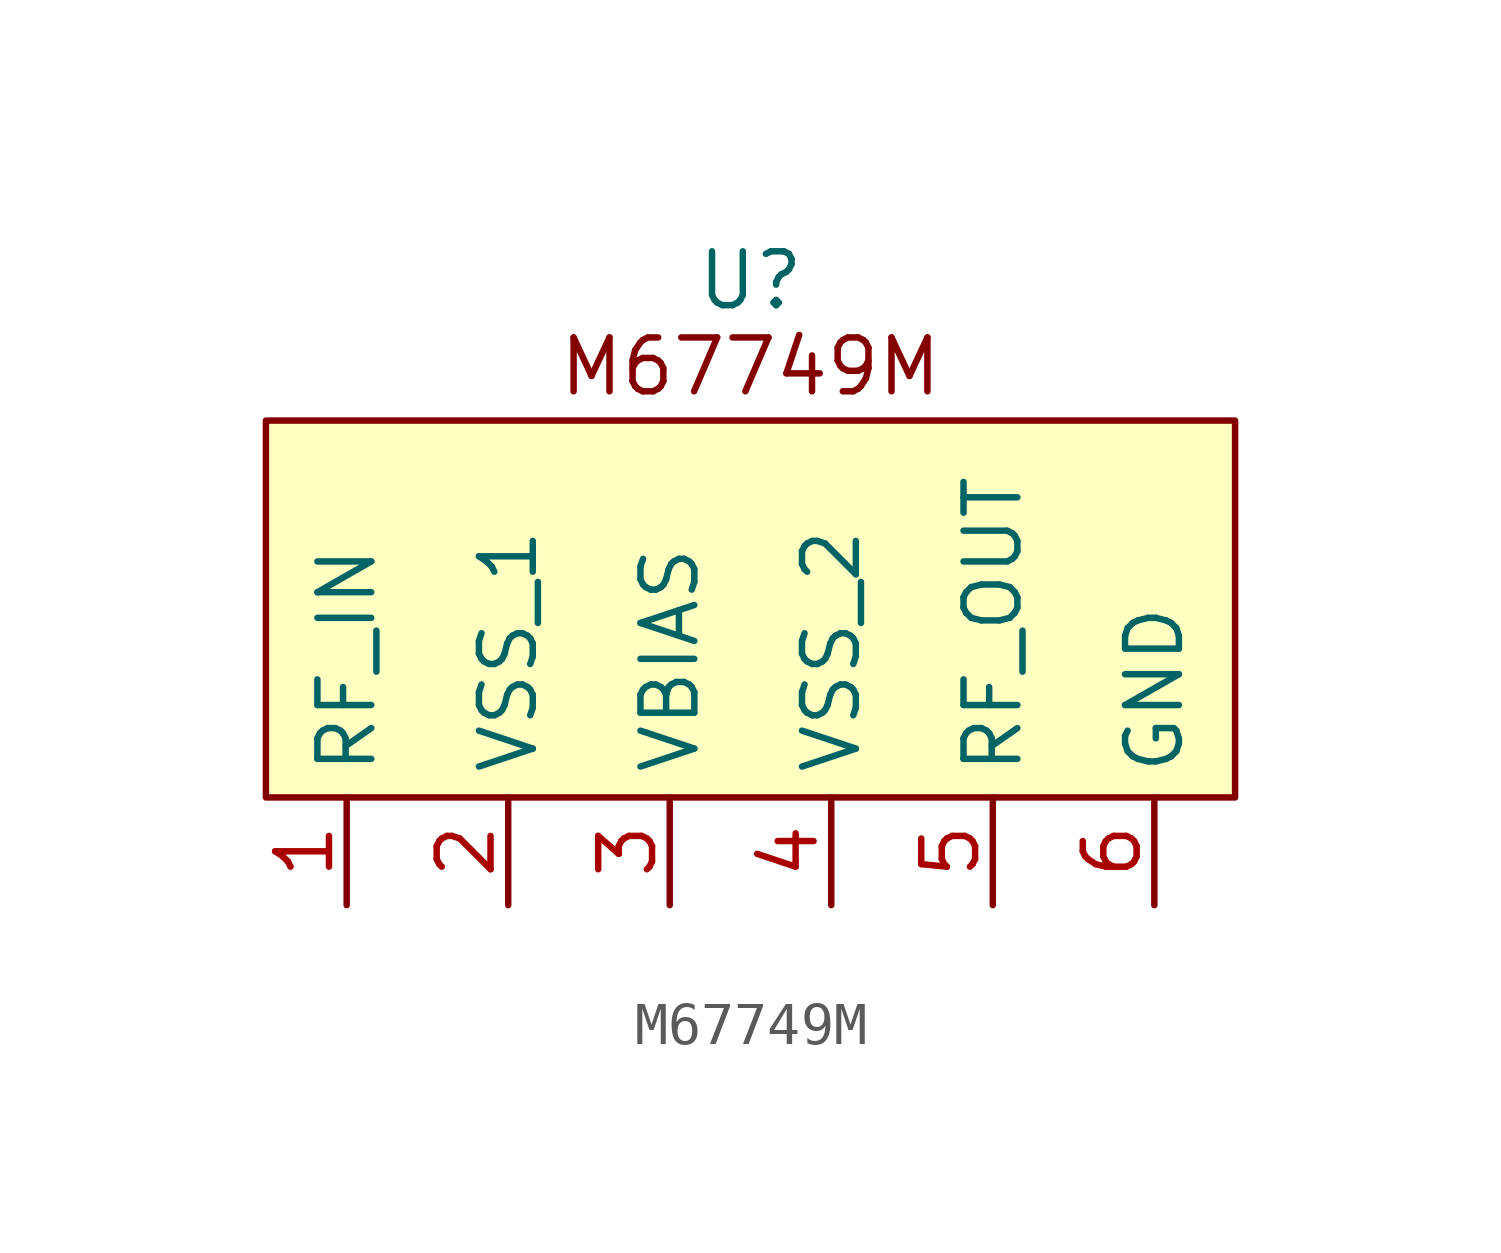
<source format=kicad_sym>
(kicad_symbol_lib
  (version 20231120)
  (generator "kicad_symbol_editor")
  (generator_version "8.0")
  (symbol "M67749M"
    (property "Reference" "U"
      (at 0.635 8.382 0)
      (effects (font (size 1.27 1.27))))
    (property "Value" ""
      (at 10.795 2.54 0)
      (effects (font (size 1.27 1.27))))
    (symbol "M67749M_1_1"
      (rectangle (start -10.795 5.08) (end 12.065 -3.81) (stroke (width 0) (type default)) (fill (type background)))
      (text "M67749M" (at 0.635 6.35 0) (effects (font (size 1.27 1.27))))
      (pin input line (at -8.89 -6.35 90) (length 2.54) (name "RF_IN" (effects (font (size 1.27 1.27)))) (number "1" (effects (font (size 1.27 1.27)))))
      (pin power_in line (at -5.08 -6.35 90) (length 2.54) (name "VSS_1" (effects (font (size 1.27 1.27)))) (number "2" (effects (font (size 1.27 1.27)))))
      (pin input line (at -1.27 -6.35 90) (length 2.54) (name "VBIAS" (effects (font (size 1.27 1.27)))) (number "3" (effects (font (size 1.27 1.27)))))
      (pin power_in line (at 2.54 -6.35 90) (length 2.54) (name "VSS_2" (effects (font (size 1.27 1.27)))) (number "4" (effects (font (size 1.27 1.27)))))
      (pin output line (at 6.35 -6.35 90) (length 2.54) (name "RF_OUT" (effects (font (size 1.27 1.27)))) (number "5" (effects (font (size 1.27 1.27)))))
      (pin power_in line (at 10.16 -6.35 90) (length 2.54) (name "GND" (effects (font (size 1.27 1.27)))) (number "6" (effects (font (size 1.27 1.27))))))))
</source>
